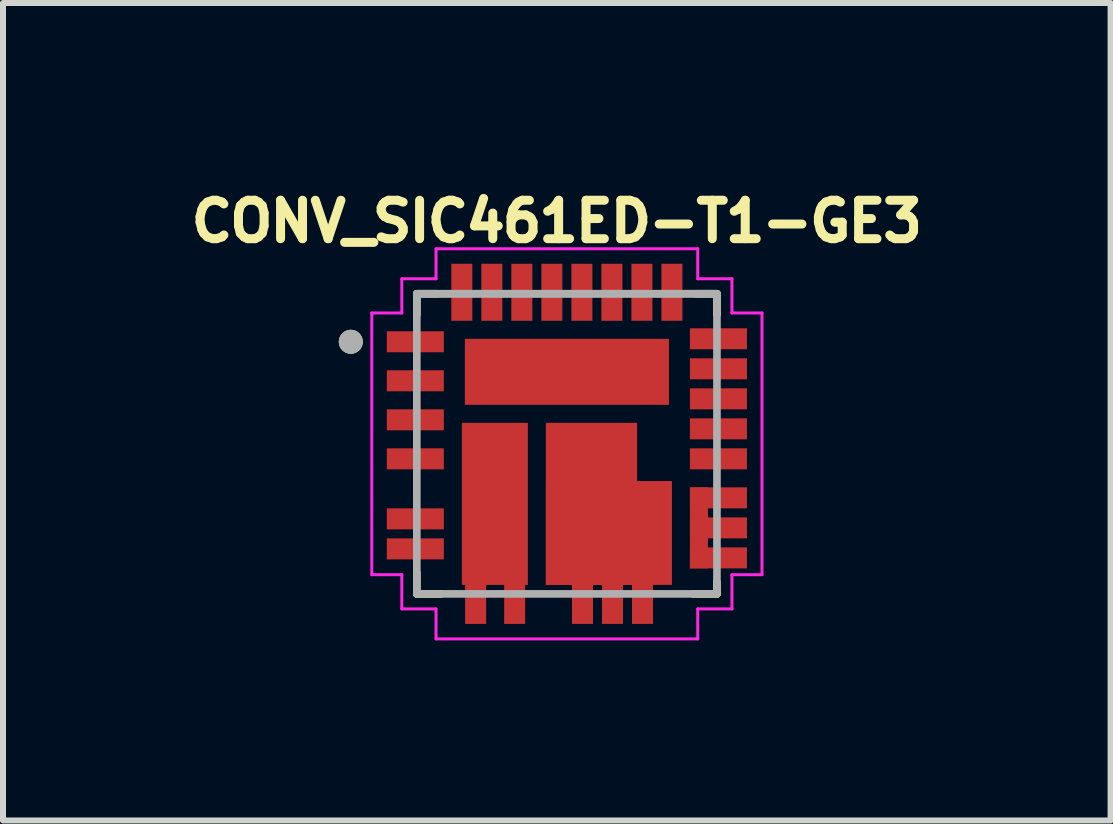
<source format=kicad_pcb>
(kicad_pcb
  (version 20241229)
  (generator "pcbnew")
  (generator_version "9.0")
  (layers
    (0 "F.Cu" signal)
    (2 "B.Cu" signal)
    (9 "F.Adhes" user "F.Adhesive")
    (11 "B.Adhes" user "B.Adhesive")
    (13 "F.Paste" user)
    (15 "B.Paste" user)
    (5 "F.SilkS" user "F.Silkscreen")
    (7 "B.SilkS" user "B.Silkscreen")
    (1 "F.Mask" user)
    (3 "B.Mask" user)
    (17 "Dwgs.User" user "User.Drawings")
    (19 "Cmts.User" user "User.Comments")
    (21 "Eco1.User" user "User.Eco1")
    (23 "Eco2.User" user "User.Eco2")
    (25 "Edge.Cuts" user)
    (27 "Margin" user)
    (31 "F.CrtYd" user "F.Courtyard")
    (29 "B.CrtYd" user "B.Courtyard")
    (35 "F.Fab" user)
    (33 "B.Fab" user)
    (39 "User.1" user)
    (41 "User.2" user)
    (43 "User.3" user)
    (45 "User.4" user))
  (footprint "CONV_SIC461ED-T1-GE3"
    (layer "F.Cu")
    (at 6.394 4.344)
    (property "Reference" "CONV_SIC461ED-T1-GE3" (at -0.168 -3.706 0) (layer "F.SilkS") (effects (font (size 0.64 0.64) (thickness 0.15))))
    (attr smd)
    (fp_line (start -2.5 -2.5) (end -2.15 -2.5) (stroke (width 0.127) (type solid)) (layer "F.SilkS"))
    (fp_line (start -2.5 -2.15) (end -2.5 -2.5) (stroke (width 0.127) (type solid)) (layer "F.SilkS"))
    (fp_line (start -2.5 2.5) (end -2.5 2.15) (stroke (width 0.127) (type solid)) (layer "F.SilkS"))
    (fp_line (start -2.1 2.5) (end -2.5 2.5) (stroke (width 0.127) (type solid)) (layer "F.SilkS"))
    (fp_line (start 2.15 -2.5) (end 2.5 -2.5) (stroke (width 0.127) (type solid)) (layer "F.SilkS"))
    (fp_line (start 2.5 -2.5) (end 2.5 -2.15) (stroke (width 0.127) (type solid)) (layer "F.SilkS"))
    (fp_line (start 2.5 2.3) (end 2.5 2.5) (stroke (width 0.127) (type solid)) (layer "F.SilkS"))
    (fp_line (start 2.5 2.5) (end 2.1 2.5) (stroke (width 0.127) (type solid)) (layer "F.SilkS"))
    (fp_circle (center -3.6 -1.7) (end -3.5 -1.7) (stroke (width 0.2) (type solid)) (fill no) (layer "F.SilkS"))
    (fp_line (start -3.25 -2.18) (end -2.75 -2.18) (stroke (width 0.05) (type solid)) (layer "F.CrtYd"))
    (fp_line (start -3.25 2.18) (end -3.25 -2.18) (stroke (width 0.05) (type solid)) (layer "F.CrtYd"))
    (fp_line (start -2.75 -2.75) (end -2.18 -2.75) (stroke (width 0.05) (type solid)) (layer "F.CrtYd"))
    (fp_line (start -2.75 -2.18) (end -2.75 -2.75) (stroke (width 0.05) (type solid)) (layer "F.CrtYd"))
    (fp_line (start -2.75 2.18) (end -3.25 2.18) (stroke (width 0.05) (type solid)) (layer "F.CrtYd"))
    (fp_line (start -2.75 2.75) (end -2.75 2.18) (stroke (width 0.05) (type solid)) (layer "F.CrtYd"))
    (fp_line (start -2.18 -3.25) (end 2.18 -3.25) (stroke (width 0.05) (type solid)) (layer "F.CrtYd"))
    (fp_line (start -2.18 -2.75) (end -2.18 -3.25) (stroke (width 0.05) (type solid)) (layer "F.CrtYd"))
    (fp_line (start -2.18 2.75) (end -2.75 2.75) (stroke (width 0.05) (type solid)) (layer "F.CrtYd"))
    (fp_line (start -2.18 3.25) (end -2.18 2.75) (stroke (width 0.05) (type solid)) (layer "F.CrtYd"))
    (fp_line (start 2.18 -3.25) (end 2.18 -2.75) (stroke (width 0.05) (type solid)) (layer "F.CrtYd"))
    (fp_line (start 2.18 -2.75) (end 2.75 -2.75) (stroke (width 0.05) (type solid)) (layer "F.CrtYd"))
    (fp_line (start 2.18 2.75) (end 2.18 3.25) (stroke (width 0.05) (type solid)) (layer "F.CrtYd"))
    (fp_line (start 2.18 3.25) (end -2.18 3.25) (stroke (width 0.05) (type solid)) (layer "F.CrtYd"))
    (fp_line (start 2.75 -2.75) (end 2.75 -2.18) (stroke (width 0.05) (type solid)) (layer "F.CrtYd"))
    (fp_line (start 2.75 -2.18) (end 3.25 -2.18) (stroke (width 0.05) (type solid)) (layer "F.CrtYd"))
    (fp_line (start 2.75 2.18) (end 2.75 2.75) (stroke (width 0.05) (type solid)) (layer "F.CrtYd"))
    (fp_line (start 2.75 2.75) (end 2.18 2.75) (stroke (width 0.05) (type solid)) (layer "F.CrtYd"))
    (fp_line (start 3.25 -2.18) (end 3.25 2.18) (stroke (width 0.05) (type solid)) (layer "F.CrtYd"))
    (fp_line (start 3.25 2.18) (end 2.75 2.18) (stroke (width 0.05) (type solid)) (layer "F.CrtYd"))
    (fp_line (start -2.5 -2.5) (end 2.5 -2.5) (stroke (width 0.127) (type solid)) (layer "F.Fab"))
    (fp_line (start -2.5 -2.5) (end 2.5 -2.5) (stroke (width 0.127) (type solid)) (layer "F.Fab"))
    (fp_line (start -2.5 2.5) (end -2.5 -2.5) (stroke (width 0.127) (type solid)) (layer "F.Fab"))
    (fp_line (start 2.5 -2.5) (end 2.5 2.5) (stroke (width 0.127) (type solid)) (layer "F.Fab"))
    (fp_line (start 2.5 2.5) (end -2.5 2.5) (stroke (width 0.127) (type solid)) (layer "F.Fab"))
    (fp_circle (center -3.6 -1.7) (end -3.5 -1.7) (stroke (width 0.2) (type solid)) (fill no) (layer "F.Fab"))
    (pad "1" smd rect (at -2.525 -1.7) (size 0.95 0.35) (layers "F.Cu" "F.Mask" "F.Paste"))
    (pad "2" smd rect (at -2.525 -1.05) (size 0.95 0.35) (layers "F.Cu" "F.Mask" "F.Paste"))
    (pad "3" smd rect (at -2.525 -0.4) (size 0.95 0.35) (layers "F.Cu" "F.Mask" "F.Paste"))
    (pad "4" smd rect (at -2.525 0.25) (size 0.95 0.35) (layers "F.Cu" "F.Mask" "F.Paste"))
    (pad "5" smd rect (at -2.525 1.25) (size 0.95 0.35) (layers "F.Cu" "F.Mask" "F.Paste"))
    (pad "6" smd rect (at -2.525 1.75) (size 0.95 0.35) (layers "F.Cu" "F.Mask" "F.Paste"))
    (pad "7" smd rect (at -1.52 2.525) (size 0.35 0.95) (layers "F.Cu" "F.Mask" "F.Paste"))
    (pad "8" smd rect (at -0.87 2.525) (size 0.35 0.95) (layers "F.Cu" "F.Mask" "F.Paste"))
    (pad "9" smd rect (at 0.26 2.525) (size 0.35 0.95) (layers "F.Cu" "F.Mask" "F.Paste"))
    (pad "10" smd rect (at 0.76 2.525) (size 0.35 0.95) (layers "F.Cu" "F.Mask" "F.Paste"))
    (pad "11" smd rect (at 1.26 2.525) (size 0.35 0.95) (layers "F.Cu" "F.Mask" "F.Paste"))
    (pad "12" smd rect (at 2.525 1.9) (size 0.95 0.35) (layers "F.Cu" "F.Mask" "F.Paste"))
    (pad "13" smd rect (at 2.525 1.4) (size 0.95 0.35) (layers "F.Cu" "F.Mask" "F.Paste"))
    (pad "14" smd rect (at 2.525 0.9) (size 0.95 0.35) (layers "F.Cu" "F.Mask" "F.Paste"))
    (pad "14.1" smd rect (at 2.2 1.4) (size 0.3 1.35) (layers "F.Cu" "F.Mask" "F.Paste"))
    (pad "15" smd rect (at 2.525 0.25) (size 0.95 0.35) (layers "F.Cu" "F.Mask" "F.Paste"))
    (pad "16" smd rect (at 2.525 -0.25) (size 0.95 0.35) (layers "F.Cu" "F.Mask" "F.Paste"))
    (pad "17" smd rect (at 2.525 -0.75) (size 0.95 0.35) (layers "F.Cu" "F.Mask" "F.Paste"))
    (pad "18" smd rect (at 2.525 -1.25) (size 0.95 0.35) (layers "F.Cu" "F.Mask" "F.Paste"))
    (pad "19" smd rect (at 2.525 -1.75) (size 0.95 0.35) (layers "F.Cu" "F.Mask" "F.Paste"))
    (pad "20" smd rect (at 1.75 -2.525) (size 0.35 0.95) (layers "F.Cu" "F.Mask" "F.Paste"))
    (pad "21" smd rect (at 1.25 -2.525) (size 0.35 0.95) (layers "F.Cu" "F.Mask" "F.Paste"))
    (pad "22" smd rect (at 0.75 -2.525) (size 0.35 0.95) (layers "F.Cu" "F.Mask" "F.Paste"))
    (pad "23" smd rect (at 0.25 -2.525) (size 0.35 0.95) (layers "F.Cu" "F.Mask" "F.Paste"))
    (pad "24" smd rect (at -0.25 -2.525) (size 0.35 0.95) (layers "F.Cu" "F.Mask" "F.Paste"))
    (pad "25" smd rect (at -0.75 -2.525) (size 0.35 0.95) (layers "F.Cu" "F.Mask" "F.Paste"))
    (pad "26" smd rect (at -1.25 -2.525) (size 0.35 0.95) (layers "F.Cu" "F.Mask" "F.Paste"))
    (pad "27" smd rect (at -1.75 -2.525) (size 0.35 0.95) (layers "F.Cu" "F.Mask" "F.Paste"))
    (pad "28" smd rect (at 0 -1.2) (size 3.4 1.1) (layers "F.Cu" "F.Mask" "F.Paste"))
    (pad "29" smd rect (at -1.2 1) (size 1.1 2.7) (layers "F.Cu" "F.Mask" "F.Paste"))
    (pad "30.1" smd rect (at 0.41 1) (size 1.52 2.7) (layers "F.Cu" "F.Mask" "F.Paste"))
    (pad "30.2" smd rect (at 0.7 1.485) (size 2.1 1.73) (layers "F.Cu" "F.Mask" "F.Paste")))
  (gr_rect
    (start -3 -3)
    (end 15.452 10.619)
    (stroke (width 0.1) (type default))
    (fill no)
    (layer "Edge.Cuts")))
</source>
